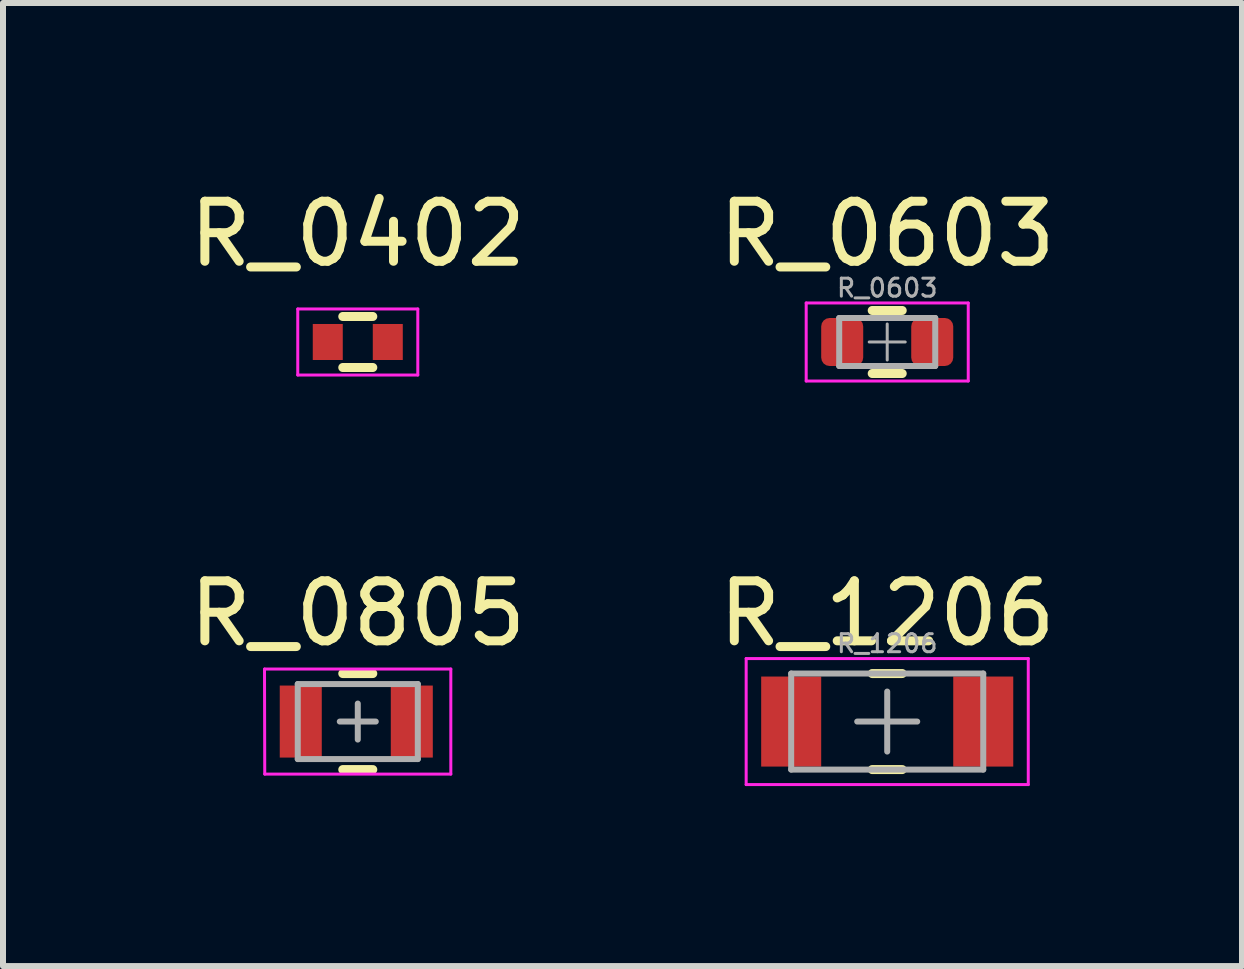
<source format=kicad_pcb>
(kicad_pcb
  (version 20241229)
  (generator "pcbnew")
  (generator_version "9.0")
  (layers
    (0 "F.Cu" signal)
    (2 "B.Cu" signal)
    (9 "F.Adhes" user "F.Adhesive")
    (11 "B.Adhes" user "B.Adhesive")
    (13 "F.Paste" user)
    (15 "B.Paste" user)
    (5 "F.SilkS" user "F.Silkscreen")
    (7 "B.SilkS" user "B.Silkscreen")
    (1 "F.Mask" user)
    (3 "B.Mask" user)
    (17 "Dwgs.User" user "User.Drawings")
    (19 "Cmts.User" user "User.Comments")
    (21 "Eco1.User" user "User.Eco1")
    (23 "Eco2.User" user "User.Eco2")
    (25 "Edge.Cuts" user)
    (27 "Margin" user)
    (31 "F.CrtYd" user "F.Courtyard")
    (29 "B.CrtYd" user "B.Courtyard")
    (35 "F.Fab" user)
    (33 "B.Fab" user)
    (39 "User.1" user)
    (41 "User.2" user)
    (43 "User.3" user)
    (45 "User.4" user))
  (footprint "R_0402"
    (layer "F.Cu")
    (at 2.911 2.648)
    (property "Reference" "R_0402" (at 0 -1.8 0) (layer "F.SilkS") (effects (font (size 1 1) (thickness 0.15))))
    (attr smd)
    (fp_line (start -0.25 0.425) (end 0.25 0.425) (stroke (width 0.15) (type solid)) (layer "F.SilkS"))
    (fp_line (start 0.25 -0.425) (end -0.25 -0.425) (stroke (width 0.15) (type solid)) (layer "F.SilkS"))
    (fp_line (start -1 -0.55) (end -1 0.55) (stroke (width 0.05) (type solid)) (layer "F.CrtYd"))
    (fp_line (start -1 -0.55) (end 1 -0.55) (stroke (width 0.05) (type solid)) (layer "F.CrtYd"))
    (fp_line (start -1 0.55) (end 1 0.55) (stroke (width 0.05) (type solid)) (layer "F.CrtYd"))
    (fp_line (start 1 -0.55) (end 1 0.55) (stroke (width 0.05) (type solid)) (layer "F.CrtYd"))
    (pad "1" smd rect (at -0.5 0) (size 0.5 0.6) (layers "F.Cu" "F.Mask" "F.Paste"))
    (pad "2" smd rect (at 0.5 0) (size 0.5 0.6) (layers "F.Cu" "F.Mask" "F.Paste")))
  (footprint "R_0603"
    (layer "F.Cu")
    (at 11.732 2.648)
    (property "Reference" "R_0603" (at 0 -1.8 0) (layer "F.SilkS") (effects (font (size 1 1) (thickness 0.15))))
    (attr smd)
    (fp_line (start -0.25 0.525) (end 0.25 0.525) (stroke (width 0.15) (type solid)) (layer "F.SilkS"))
    (fp_line (start 0.25 -0.525) (end -0.25 -0.525) (stroke (width 0.15) (type solid)) (layer "F.SilkS"))
    (fp_line (start -1.35 -0.65) (end -1.35 0.65) (stroke (width 0.05) (type solid)) (layer "F.CrtYd"))
    (fp_line (start -1.35 -0.65) (end 1.35 -0.65) (stroke (width 0.05) (type solid)) (layer "F.CrtYd"))
    (fp_line (start -1.35 0.65) (end 1.35 0.65) (stroke (width 0.05) (type solid)) (layer "F.CrtYd"))
    (fp_line (start 1.35 -0.65) (end 1.35 0.65) (stroke (width 0.05) (type solid)) (layer "F.CrtYd"))
    (fp_line (start -0.8 -0.4) (end 0.8 -0.4) (stroke (width 0.1) (type solid)) (layer "F.Fab"))
    (fp_line (start -0.8 0.4) (end -0.8 -0.4) (stroke (width 0.1) (type solid)) (layer "F.Fab"))
    (fp_line (start -0.3 0) (end 0.3 0) (stroke (width 0.05) (type solid)) (layer "F.Fab"))
    (fp_line (start 0 -0.3) (end 0 0.3) (stroke (width 0.05) (type solid)) (layer "F.Fab"))
    (fp_line (start 0.8 -0.4) (end 0.8 0.4) (stroke (width 0.1) (type solid)) (layer "F.Fab"))
    (fp_line (start 0.8 0.4) (end -0.8 0.4) (stroke (width 0.1) (type solid)) (layer "F.Fab"))
    (fp_text user "${REFERENCE}" (at 0 -0.9 0) (layer "F.Fab") (effects (font (size 0.3 0.3) (thickness 0.05))))
    (pad "1" smd roundrect (at -0.75 0) (size 0.7 0.8) (layers "F.Cu" "F.Mask" "F.Paste") (roundrect_rratio 0.2))
    (pad "2" smd roundrect (at 0.75 0) (size 0.7 0.8) (layers "F.Cu" "F.Mask" "F.Paste") (roundrect_rratio 0.2)))
  (footprint "R_0805"
    (layer "F.Cu")
    (at 2.911 8.972)
    (property "Reference" "R_0805" (at 0 -1.8 0) (layer "F.SilkS") (effects (font (size 1 1) (thickness 0.15))))
    (attr smd)
    (fp_line (start -0.25 0.8) (end 0.25 0.8) (stroke (width 0.15) (type solid)) (layer "F.SilkS"))
    (fp_line (start 0.25 -0.8) (end -0.25 -0.8) (stroke (width 0.15) (type solid)) (layer "F.SilkS"))
    (fp_line (start -1.554 -0.875) (end -1.55 0.875) (stroke (width 0.05) (type solid)) (layer "F.CrtYd"))
    (fp_line (start -1.55 -0.875) (end 1.55 -0.875) (stroke (width 0.05) (type solid)) (layer "F.CrtYd"))
    (fp_line (start -1.55 0.875) (end 1.55 0.875) (stroke (width 0.05) (type solid)) (layer "F.CrtYd"))
    (fp_line (start 1.55 -0.875) (end 1.55 0.875) (stroke (width 0.05) (type solid)) (layer "F.CrtYd"))
    (fp_line (start -1 -0.625) (end 1 -0.625) (stroke (width 0.1) (type solid)) (layer "F.Fab"))
    (fp_line (start -1 0.625) (end -1 -0.625) (stroke (width 0.1) (type solid)) (layer "F.Fab"))
    (fp_line (start -0.3 0) (end 0.3 0) (stroke (width 0.1) (type solid)) (layer "F.Fab"))
    (fp_line (start 0 -0.3) (end 0 0.3) (stroke (width 0.1) (type solid)) (layer "F.Fab"))
    (fp_line (start 1 -0.625) (end 1 0.625) (stroke (width 0.1) (type solid)) (layer "F.Fab"))
    (fp_line (start 1 0.625) (end -1 0.625) (stroke (width 0.1) (type solid)) (layer "F.Fab"))
    (pad "1" smd rect (at -0.95 0) (size 0.7 1.2) (layers "F.Cu" "F.Mask" "F.Paste"))
    (pad "2" smd rect (at 0.9 0) (size 0.7 1.2) (layers "F.Cu" "F.Mask" "F.Paste")))
  (footprint "R_1206"
    (layer "F.Cu")
    (at 11.732 8.972)
    (property "Reference" "R_1206" (at 0 -1.8 0) (layer "F.SilkS") (effects (font (size 1 1) (thickness 0.15))))
    (attr smd)
    (fp_line (start -0.25 0.8) (end 0.25 0.8) (stroke (width 0.15) (type solid)) (layer "F.SilkS"))
    (fp_line (start 0.25 -0.8) (end -0.25 -0.8) (stroke (width 0.15) (type solid)) (layer "F.SilkS"))
    (fp_line (start -2.35 -1.05) (end -2.35 1.05) (stroke (width 0.05) (type solid)) (layer "F.CrtYd"))
    (fp_line (start -2.35 -1.05) (end 2.35 -1.05) (stroke (width 0.05) (type solid)) (layer "F.CrtYd"))
    (fp_line (start -2.35 1.05) (end 2.35 1.05) (stroke (width 0.05) (type solid)) (layer "F.CrtYd"))
    (fp_line (start 2.35 -1.05) (end 2.35 1.05) (stroke (width 0.05) (type solid)) (layer "F.CrtYd"))
    (fp_line (start -1.6 -0.8) (end 1.6 -0.8) (stroke (width 0.1) (type solid)) (layer "F.Fab"))
    (fp_line (start -1.6 0.8) (end -1.6 -0.8) (stroke (width 0.1) (type solid)) (layer "F.Fab"))
    (fp_line (start -0.5 0) (end 0.5 0) (stroke (width 0.1) (type solid)) (layer "F.Fab"))
    (fp_line (start 0 -0.5) (end 0 0.5) (stroke (width 0.1) (type solid)) (layer "F.Fab"))
    (fp_line (start 1.6 -0.8) (end 1.6 0.8) (stroke (width 0.1) (type solid)) (layer "F.Fab"))
    (fp_line (start 1.6 0.8) (end -1.6 0.8) (stroke (width 0.1) (type solid)) (layer "F.Fab"))
    (fp_text user "${REFERENCE}" (at 0 -1.3 0) (layer "F.Fab") (effects (font (size 0.3 0.3) (thickness 0.05))))
    (pad "1" smd rect (at -1.6 0) (size 1 1.5) (layers "F.Cu" "F.Mask" "F.Paste"))
    (pad "2" smd rect (at 1.6 0) (size 1 1.5) (layers "F.Cu" "F.Mask" "F.Paste")))
  (gr_rect
    (start -3 -3)
    (end 17.643 13.046)
    (stroke (width 0.1) (type default))
    (fill no)
    (layer "Edge.Cuts")))
</source>
